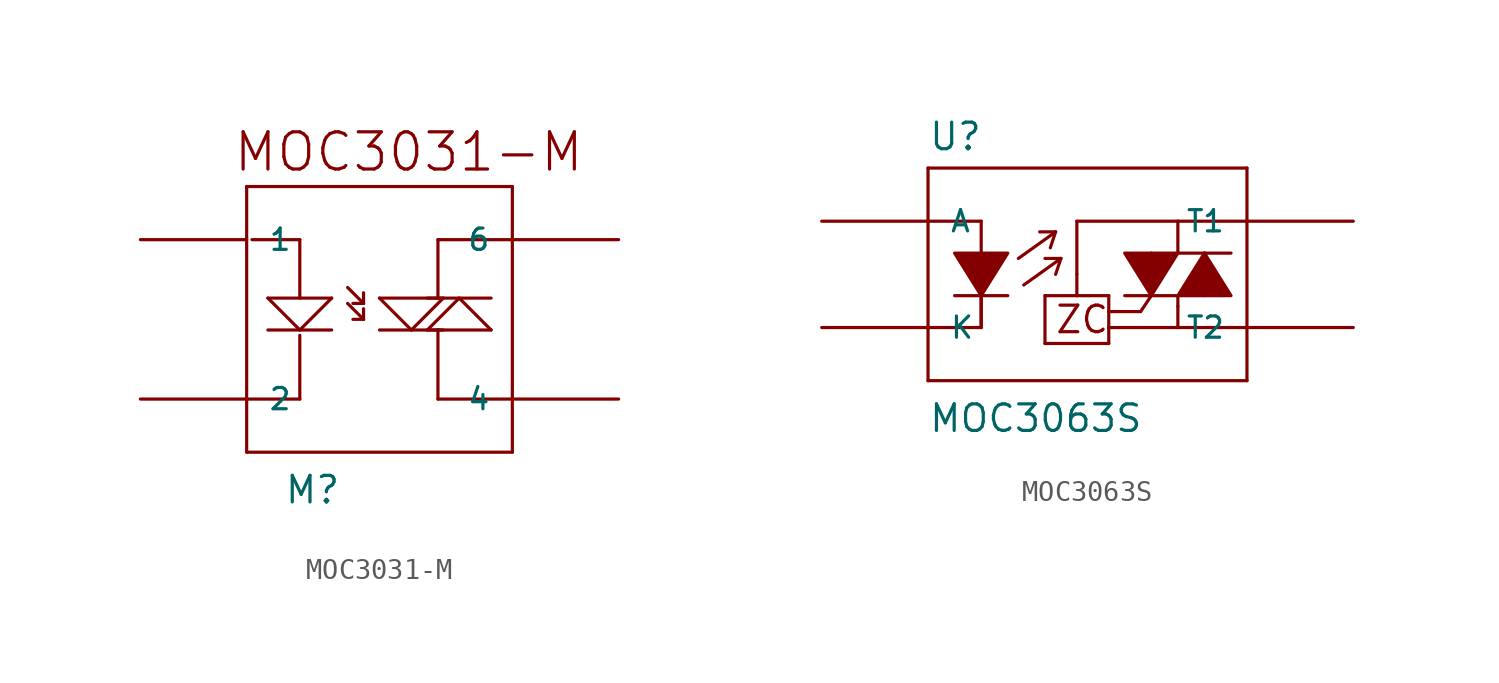
<source format=kicad_sym>
(kicad_symbol_lib
  (version 20211014)
  (generator kicad_symbol_editor)
  (symbol "MOC3031-M"
    (pin_numbers hide)
    (pin_names
      (offset 1.016))
    (property "Reference" "M"
      (at -3.302 -10.16 0)
      (effects (font (size 1.27 1.27)) (justify left bottom)))
    (property "ki_locked" ""
      (at 0 0 0)
      (effects (font (size 1.27 1.27))))
    (symbol "MOC3031-M_1_0"
      (polyline (pts (xy -5.08 -7.62) (xy 7.62 -7.62)) (stroke (width 0) (type default) (color 0 0 0 0)) (fill (type none)))
      (polyline (pts (xy -5.08 -5.08) (xy -5.08 -7.62)) (stroke (width 0) (type default) (color 0 0 0 0)) (fill (type none)))
      (polyline (pts (xy -5.08 -5.08) (xy -2.54 -5.08)) (stroke (width 0) (type default) (color 0 0 0 0)) (fill (type none)))
      (polyline (pts (xy -5.08 5.08) (xy -5.08 -5.08)) (stroke (width 0) (type default) (color 0 0 0 0)) (fill (type none)))
      (polyline (pts (xy -4.826 2.54) (xy -2.54 2.54)) (stroke (width 0) (type default) (color 0 0 0 0)) (fill (type none)))
      (polyline (pts (xy -4.064 -1.778) (xy -1.016 -1.778)) (stroke (width 0) (type default) (color 0 0 0 0)) (fill (type none)))
      (polyline (pts (xy -4.064 -0.254) (xy -2.54 -1.778)) (stroke (width 0) (type default) (color 0 0 0 0)) (fill (type none)))
      (polyline (pts (xy -4.064 -0.254) (xy -1.016 -0.254)) (stroke (width 0) (type default) (color 0 0 0 0)) (fill (type none)))
      (polyline (pts (xy -2.54 -2.032) (xy -2.54 -5.08)) (stroke (width 0) (type default) (color 0 0 0 0)) (fill (type none)))
      (polyline (pts (xy -2.54 2.54) (xy -2.54 -0.254)) (stroke (width 0) (type default) (color 0 0 0 0)) (fill (type none)))
      (polyline (pts (xy -1.016 -0.254) (xy -2.54 -1.778)) (stroke (width 0) (type default) (color 0 0 0 0)) (fill (type none)))
      (polyline (pts (xy -0.254 -0.508) (xy 0.508 -1.27)) (stroke (width 0) (type default) (color 0 0 0 0)) (fill (type none)))
      (polyline (pts (xy -0.254 0.254) (xy 0.508 -0.508)) (stroke (width 0) (type default) (color 0 0 0 0)) (fill (type none)))
      (polyline (pts (xy 0.508 -1.27) (xy 0 -1.27)) (stroke (width 0) (type default) (color 0 0 0 0)) (fill (type none)))
      (polyline (pts (xy 0.508 -0.762) (xy 0.508 -1.27)) (stroke (width 0) (type default) (color 0 0 0 0)) (fill (type none)))
      (polyline (pts (xy 0.508 -0.508) (xy 0 -0.508)) (stroke (width 0) (type default) (color 0 0 0 0)) (fill (type none)))
      (polyline (pts (xy 0.508 0) (xy 0.508 -0.508)) (stroke (width 0) (type default) (color 0 0 0 0)) (fill (type none)))
      (polyline (pts (xy 1.27 -1.778) (xy 4.064 -1.778)) (stroke (width 0) (type default) (color 0 0 0 0)) (fill (type none)))
      (polyline (pts (xy 1.27 -0.254) (xy 2.794 -1.778)) (stroke (width 0) (type default) (color 0 0 0 0)) (fill (type none)))
      (polyline (pts (xy 1.27 -0.254) (xy 4.064 -0.254)) (stroke (width 0) (type default) (color 0 0 0 0)) (fill (type none)))
      (polyline (pts (xy 3.556 -1.778) (xy 5.08 -0.254)) (stroke (width 0) (type default) (color 0 0 0 0)) (fill (type none)))
      (polyline (pts (xy 4.064 -5.08) (xy 4.064 -1.778)) (stroke (width 0) (type default) (color 0 0 0 0)) (fill (type none)))
      (polyline (pts (xy 4.064 -1.778) (xy 3.556 -1.778)) (stroke (width 0) (type default) (color 0 0 0 0)) (fill (type none)))
      (polyline (pts (xy 4.064 -1.778) (xy 4.318 -1.778)) (stroke (width 0) (type default) (color 0 0 0 0)) (fill (type none)))
      (polyline (pts (xy 4.064 -0.254) (xy 3.556 -0.254)) (stroke (width 0) (type default) (color 0 0 0 0)) (fill (type none)))
      (polyline (pts (xy 4.064 -0.254) (xy 4.318 -0.254)) (stroke (width 0) (type default) (color 0 0 0 0)) (fill (type none)))
      (polyline (pts (xy 4.064 2.54) (xy 4.064 -0.254)) (stroke (width 0) (type default) (color 0 0 0 0)) (fill (type none)))
      (polyline (pts (xy 4.318 -0.254) (xy 2.794 -1.778)) (stroke (width 0) (type default) (color 0 0 0 0)) (fill (type none)))
      (polyline (pts (xy 6.604 -1.778) (xy 4.064 -1.778)) (stroke (width 0) (type default) (color 0 0 0 0)) (fill (type none)))
      (polyline (pts (xy 6.604 -1.778) (xy 5.08 -0.254)) (stroke (width 0) (type default) (color 0 0 0 0)) (fill (type none)))
      (polyline (pts (xy 6.604 -0.254) (xy 4.064 -0.254)) (stroke (width 0) (type default) (color 0 0 0 0)) (fill (type none)))
      (polyline (pts (xy 7.62 -7.62) (xy 7.62 -5.08)) (stroke (width 0) (type default) (color 0 0 0 0)) (fill (type none)))
      (polyline (pts (xy 7.62 -5.08) (xy 4.064 -5.08)) (stroke (width 0) (type default) (color 0 0 0 0)) (fill (type none)))
      (polyline (pts (xy 7.62 -5.08) (xy 7.62 2.54)) (stroke (width 0) (type default) (color 0 0 0 0)) (fill (type none)))
      (polyline (pts (xy 7.62 2.54) (xy 4.064 2.54)) (stroke (width 0) (type default) (color 0 0 0 0)) (fill (type none)))
      (polyline (pts (xy 7.62 2.54) (xy 7.62 5.08)) (stroke (width 0) (type default) (color 0 0 0 0)) (fill (type none)))
      (polyline (pts (xy 7.62 5.08) (xy -5.08 5.08)) (stroke (width 0) (type default) (color 0 0 0 0)) (fill (type none)))
      (text "MOC3031-M" (at 2.667 6.731 0) (effects (font (size 1.778 1.778)))))
    (symbol "MOC3031-M_1_1"
      (pin bidirectional line (at -10.16 2.54 0) (length 5.08) (name "1" (effects (font (size 1.016 1.016)))) (number "1" (effects (font (size 1.016 1.016)))))
      (pin bidirectional line (at -10.16 -5.08 0) (length 5.08) (name "2" (effects (font (size 1.016 1.016)))) (number "2" (effects (font (size 1.016 1.016)))))
      (pin bidirectional line (at 12.7 -5.08 180) (length 5.08) (name "4" (effects (font (size 1.016 1.016)))) (number "4" (effects (font (size 1.016 1.016)))))
      (pin bidirectional line (at 12.7 2.54 180) (length 5.08) (name "6" (effects (font (size 1.016 1.016)))) (number "6" (effects (font (size 1.016 1.016)))))))
  (symbol "MOC3063S"
    (pin_numbers hide)
    (pin_names
      (offset 1.016))
    (property "Reference" "U"
      (at -7.62 5.842 0)
      (effects (font (size 1.27 1.27)) (justify left bottom)))
    (property "Value" "MOC3063S"
      (at -7.62 -7.62 0)
      (effects (font (size 1.27 1.27)) (justify left bottom)))
    (property "ki_locked" ""
      (at 0 0 0)
      (effects (font (size 1.27 1.27))))
    (symbol "MOC3063S_1_0"
      (polyline (pts (xy -7.62 -5.08) (xy -7.62 -2.54)) (stroke (width 0) (type default) (color 0 0 0 0)) (fill (type none)))
      (polyline (pts (xy -7.62 -2.54) (xy -7.62 2.54)) (stroke (width 0) (type default) (color 0 0 0 0)) (fill (type none)))
      (polyline (pts (xy -7.62 2.54) (xy -7.62 5.08)) (stroke (width 0) (type default) (color 0 0 0 0)) (fill (type none)))
      (polyline (pts (xy -7.62 2.54) (xy -5.08 2.54)) (stroke (width 0) (type default) (color 0 0 0 0)) (fill (type none)))
      (polyline (pts (xy -7.62 5.08) (xy 7.62 5.08)) (stroke (width 0) (type default) (color 0 0 0 0)) (fill (type none)))
      (polyline (pts (xy -6.35 -1.016) (xy -5.08 -1.016)) (stroke (width 0) (type default) (color 0 0 0 0)) (fill (type none)))
      (polyline (pts (xy -5.08 -2.54) (xy -7.62 -2.54)) (stroke (width 0) (type default) (color 0 0 0 0)) (fill (type none)))
      (polyline (pts (xy -5.08 -2.54) (xy -5.08 -1.016)) (stroke (width 0) (type default) (color 0 0 0 0)) (fill (type none)))
      (polyline (pts (xy -5.08 -1.016) (xy -5.08 -2.54)) (stroke (width 0) (type default) (color 0 0 0 0)) (fill (type none)))
      (polyline (pts (xy -5.08 -1.016) (xy -5.08 1.016)) (stroke (width 0) (type default) (color 0 0 0 0)) (fill (type none)))
      (polyline (pts (xy -5.08 -1.016) (xy -3.81 -1.016)) (stroke (width 0) (type default) (color 0 0 0 0)) (fill (type none)))
      (polyline (pts (xy -5.08 2.54) (xy -5.08 1.016)) (stroke (width 0) (type default) (color 0 0 0 0)) (fill (type none)))
      (polyline (pts (xy -3.302 0.762) (xy -1.524 2.032)) (stroke (width 0) (type default) (color 0 0 0 0)) (fill (type none)))
      (polyline (pts (xy -3.048 -0.508) (xy -1.27 0.762)) (stroke (width 0) (type default) (color 0 0 0 0)) (fill (type none)))
      (polyline (pts (xy -2.032 -3.302) (xy 1.016 -3.302)) (stroke (width 0) (type default) (color 0 0 0 0)) (fill (type none)))
      (polyline (pts (xy -2.032 -1.016) (xy -2.032 -3.302)) (stroke (width 0) (type default) (color 0 0 0 0)) (fill (type none)))
      (polyline (pts (xy -1.524 2.032) (xy -2.286 2.032)) (stroke (width 0) (type default) (color 0 0 0 0)) (fill (type none)))
      (polyline (pts (xy -1.524 2.032) (xy -1.778 1.27)) (stroke (width 0) (type default) (color 0 0 0 0)) (fill (type none)))
      (polyline (pts (xy -1.27 0.762) (xy -2.032 0.762)) (stroke (width 0) (type default) (color 0 0 0 0)) (fill (type none)))
      (polyline (pts (xy -1.27 0.762) (xy -1.524 0)) (stroke (width 0) (type default) (color 0 0 0 0)) (fill (type none)))
      (polyline (pts (xy -0.508 -1.016) (xy -2.032 -1.016)) (stroke (width 0) (type default) (color 0 0 0 0)) (fill (type none)))
      (polyline (pts (xy -0.508 0) (xy -0.508 -1.016)) (stroke (width 0) (type default) (color 0 0 0 0)) (fill (type none)))
      (polyline (pts (xy -0.508 2.54) (xy -0.508 0)) (stroke (width 0) (type default) (color 0 0 0 0)) (fill (type none)))
      (polyline (pts (xy 1.016 -3.302) (xy 1.016 -2.54)) (stroke (width 0) (type default) (color 0 0 0 0)) (fill (type none)))
      (polyline (pts (xy 1.016 -2.54) (xy 1.016 -1.778)) (stroke (width 0) (type default) (color 0 0 0 0)) (fill (type none)))
      (polyline (pts (xy 1.016 -1.778) (xy 1.016 -1.016)) (stroke (width 0) (type default) (color 0 0 0 0)) (fill (type none)))
      (polyline (pts (xy 1.016 -1.016) (xy -0.508 -1.016)) (stroke (width 0) (type default) (color 0 0 0 0)) (fill (type none)))
      (polyline (pts (xy 1.778 -1.016) (xy 3.048 -1.016)) (stroke (width 0) (type default) (color 0 0 0 0)) (fill (type none)))
      (polyline (pts (xy 2.54 -1.778) (xy 1.016 -1.778)) (stroke (width 0) (type default) (color 0 0 0 0)) (fill (type none)))
      (polyline (pts (xy 3.048 -1.016) (xy 2.54 -1.778)) (stroke (width 0) (type default) (color 0 0 0 0)) (fill (type none)))
      (polyline (pts (xy 3.048 -1.016) (xy 3.048 1.016)) (stroke (width 0) (type default) (color 0 0 0 0)) (fill (type none)))
      (polyline (pts (xy 3.048 -1.016) (xy 4.318 -1.016)) (stroke (width 0) (type default) (color 0 0 0 0)) (fill (type none)))
      (polyline (pts (xy 4.318 -2.54) (xy 1.016 -2.54)) (stroke (width 0) (type default) (color 0 0 0 0)) (fill (type none)))
      (polyline (pts (xy 4.318 -2.54) (xy 4.318 -1.524)) (stroke (width 0) (type default) (color 0 0 0 0)) (fill (type none)))
      (polyline (pts (xy 4.318 -1.524) (xy 4.318 -1.016)) (stroke (width 0) (type default) (color 0 0 0 0)) (fill (type none)))
      (polyline (pts (xy 4.318 1.016) (xy 4.318 2.54)) (stroke (width 0) (type default) (color 0 0 0 0)) (fill (type none)))
      (polyline (pts (xy 4.318 2.54) (xy -0.508 2.54)) (stroke (width 0) (type default) (color 0 0 0 0)) (fill (type none)))
      (polyline (pts (xy 5.588 1.016) (xy 4.318 1.016)) (stroke (width 0) (type default) (color 0 0 0 0)) (fill (type none)))
      (polyline (pts (xy 5.588 1.016) (xy 5.588 -1.016)) (stroke (width 0) (type default) (color 0 0 0 0)) (fill (type none)))
      (polyline (pts (xy 6.858 1.016) (xy 5.588 1.016)) (stroke (width 0) (type default) (color 0 0 0 0)) (fill (type none)))
      (polyline (pts (xy 7.62 -5.08) (xy -7.62 -5.08)) (stroke (width 0) (type default) (color 0 0 0 0)) (fill (type none)))
      (polyline (pts (xy 7.62 -2.54) (xy 4.318 -2.54)) (stroke (width 0) (type default) (color 0 0 0 0)) (fill (type none)))
      (polyline (pts (xy 7.62 -2.54) (xy 7.62 -5.08)) (stroke (width 0) (type default) (color 0 0 0 0)) (fill (type none)))
      (polyline (pts (xy 7.62 2.54) (xy 4.318 2.54)) (stroke (width 0) (type default) (color 0 0 0 0)) (fill (type none)))
      (polyline (pts (xy 7.62 2.54) (xy 7.62 -2.54)) (stroke (width 0) (type default) (color 0 0 0 0)) (fill (type none)))
      (polyline (pts (xy 7.62 5.08) (xy 7.62 2.54)) (stroke (width 0) (type default) (color 0 0 0 0)) (fill (type none)))
      (text "ZC" (at -0.254 -2.159 0) (effects (font (size 1.27 1.27)))))
    (symbol "MOC3063S_1_1"
      (polyline (pts (xy -6.35 1.016) (xy -5.08 -1.016) (xy -5.08 -1.016) (xy -3.81 1.016) (xy -3.81 1.016) (xy -6.35 1.016)) (stroke (width 0) (type default) (color 0 0 0 0)) (fill (type outline)))
      (polyline (pts (xy 1.778 1.016) (xy 3.048 -1.016) (xy 3.048 -1.016) (xy 4.318 1.016) (xy 4.318 1.016) (xy 1.778 1.016)) (stroke (width 0) (type default) (color 0 0 0 0)) (fill (type outline)))
      (polyline (pts (xy 6.858 -1.016) (xy 5.588 1.016) (xy 5.588 1.016) (xy 4.318 -1.016) (xy 4.318 -1.016) (xy 6.858 -1.016)) (stroke (width 0) (type default) (color 0 0 0 0)) (fill (type outline)))
      (pin bidirectional line (at -12.7 2.54 0) (length 5.08) (name "A" (effects (font (size 1.016 1.016)))) (number "1" (effects (font (size 1.016 1.016)))))
      (pin bidirectional line (at -12.7 -2.54 0) (length 5.08) (name "K" (effects (font (size 1.016 1.016)))) (number "2" (effects (font (size 1.016 1.016)))))
      (pin bidirectional line (at 12.7 -2.54 180) (length 5.08) (name "T2" (effects (font (size 1.016 1.016)))) (number "4" (effects (font (size 1.016 1.016)))))
      (pin bidirectional line (at 12.7 2.54 180) (length 5.08) (name "T1" (effects (font (size 1.016 1.016)))) (number "6" (effects (font (size 1.016 1.016))))))))
</source>
